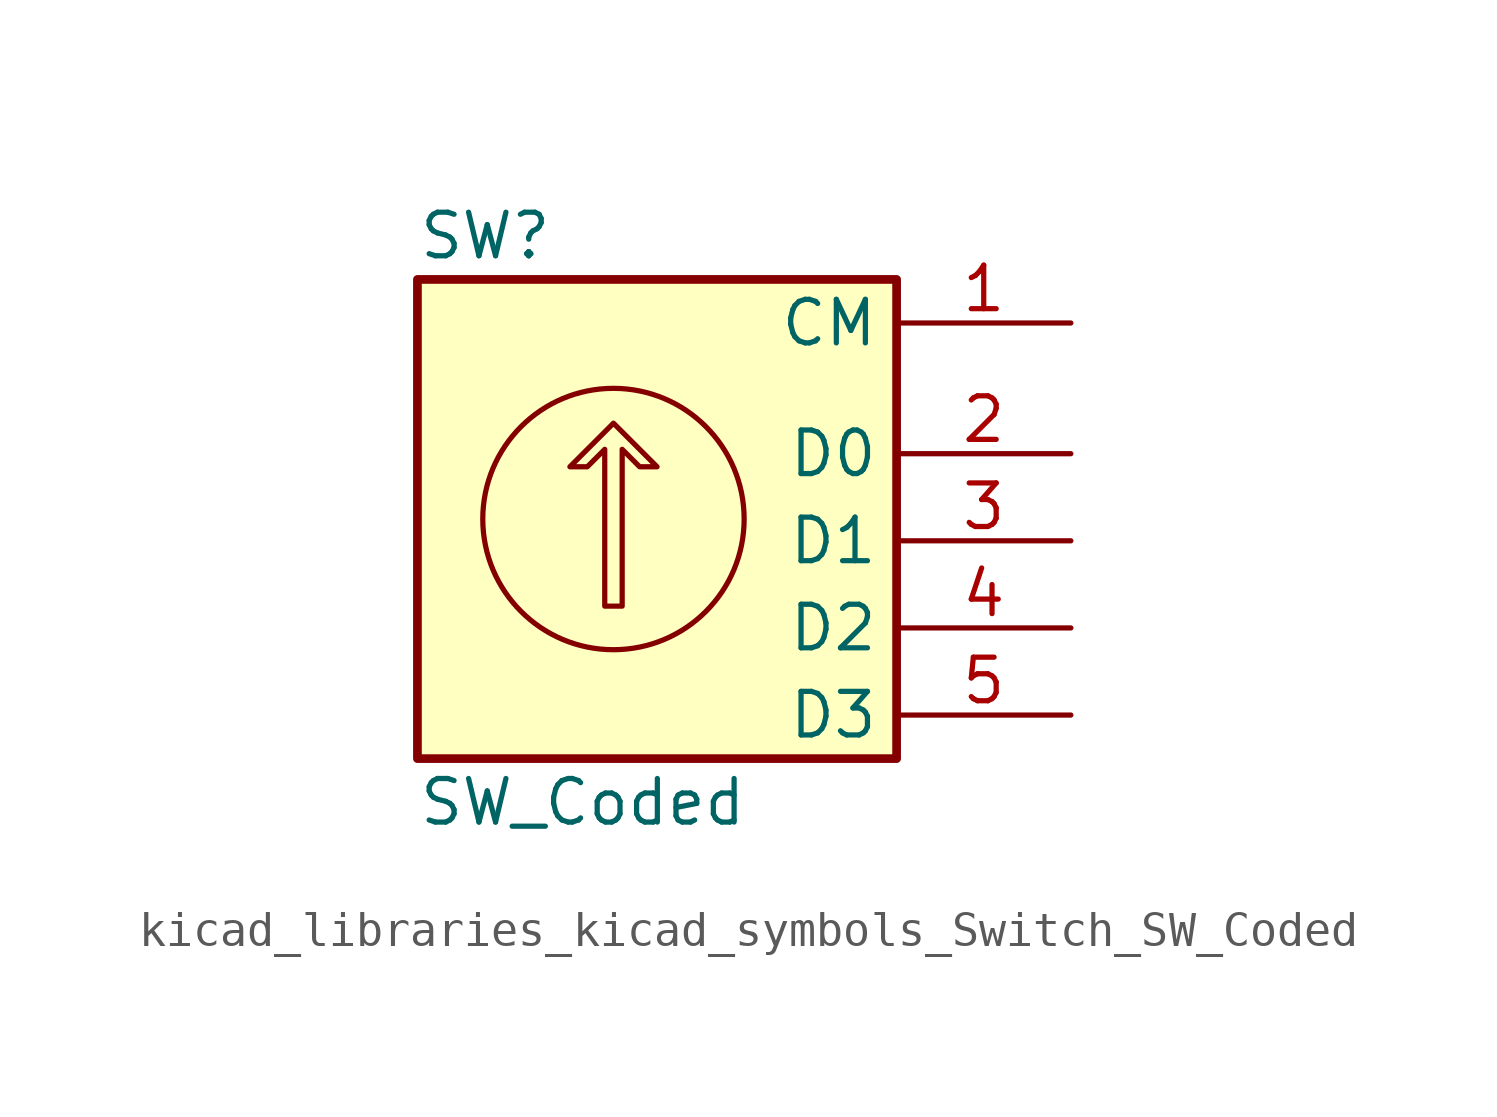
<source format=kicad_sym>
(kicad_symbol_lib
  (version 20220914)
  (generator kicad_symbol_editor)
  (symbol "kicad_libraries_kicad_symbols_Switch_SW_Coded"
    (property "Reference" "SW"
      (at -6.35 8.89 0)
      (effects (font (size 1.27 1.27)) (justify left)))
    (property "Value" "SW_Coded"
      (at -6.35 -7.62 0)
      (effects (font (size 1.27 1.27)) (justify left)))
    (symbol "kicad_libraries_kicad_symbols_Switch_SW_Coded_0_1"
      (circle (center -0.635 0.635) (radius 3.81) (stroke (width 0) (type default)) (fill (type none)))
      (polyline (pts (xy -0.889 -1.905) (xy -0.889 2.667) (xy -1.397 2.159) (xy -1.905 2.159) (xy -0.635 3.429) (xy 0.635 2.159) (xy 0.127 2.159) (xy -0.381 2.667) (xy -0.381 -1.905) (xy -0.889 -1.905) (xy -0.889 -1.905)) (stroke (width 0) (type default)) (fill (type none)))
      (rectangle (start 7.62 7.62) (end -6.35 -6.35) (stroke (width 0.254) (type default)) (fill (type background))))
    (symbol "kicad_libraries_kicad_symbols_Switch_SW_Coded_1_1"
      (pin passive line (at 12.7 6.35 180) (length 5.08) (name "CM" (effects (font (size 1.27 1.27)))) (number "1" (effects (font (size 1.27 1.27)))))
      (pin passive line (at 12.7 2.54 180) (length 5.08) (name "D0" (effects (font (size 1.27 1.27)))) (number "2" (effects (font (size 1.27 1.27)))))
      (pin passive line (at 12.7 0 180) (length 5.08) (name "D1" (effects (font (size 1.27 1.27)))) (number "3" (effects (font (size 1.27 1.27)))))
      (pin passive line (at 12.7 -2.54 180) (length 5.08) (name "D2" (effects (font (size 1.27 1.27)))) (number "4" (effects (font (size 1.27 1.27)))))
      (pin passive line (at 12.7 -5.08 180) (length 5.08) (name "D3" (effects (font (size 1.27 1.27)))) (number "5" (effects (font (size 1.27 1.27))))))))
</source>
